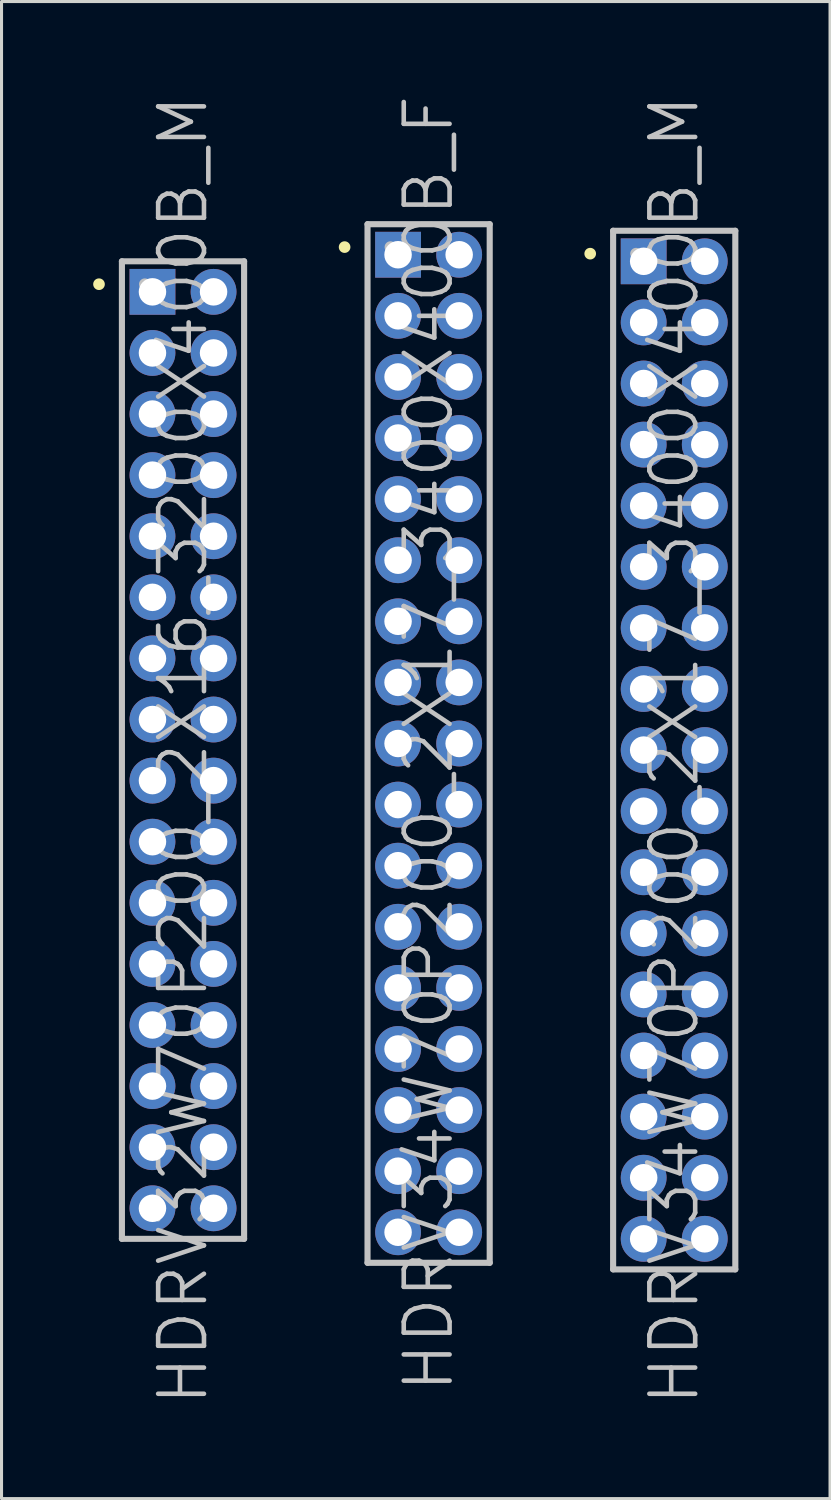
<source format=kicad_pcb>
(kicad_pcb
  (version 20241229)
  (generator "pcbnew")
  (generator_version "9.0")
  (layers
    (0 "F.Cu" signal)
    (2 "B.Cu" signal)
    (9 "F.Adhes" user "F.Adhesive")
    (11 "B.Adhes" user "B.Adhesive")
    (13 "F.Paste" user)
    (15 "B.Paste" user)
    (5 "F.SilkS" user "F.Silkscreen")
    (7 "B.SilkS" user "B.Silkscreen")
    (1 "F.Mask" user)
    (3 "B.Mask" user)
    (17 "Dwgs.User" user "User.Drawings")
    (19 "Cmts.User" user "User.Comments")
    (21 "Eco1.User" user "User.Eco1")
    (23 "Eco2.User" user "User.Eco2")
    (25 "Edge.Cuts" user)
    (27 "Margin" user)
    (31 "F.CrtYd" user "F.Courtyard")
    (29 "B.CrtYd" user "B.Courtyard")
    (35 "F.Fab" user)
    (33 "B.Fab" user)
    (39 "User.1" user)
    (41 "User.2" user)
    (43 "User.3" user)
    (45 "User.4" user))
  (footprint "HDRV34W70P200_2X17_3400X400B_F"
    (layer "F.Cu")
    (at 10.981 21.289)
    (property "Reference" "HDRV34W70P200_2X17_3400X400B_F" (at 0 0 90) (layer "Dwgs.User") (effects (font (size 1.5 1.5) (thickness 0.15))))
    (attr through_hole)
    (fp_line (start -2.75 -16.25) (end -2.75 -16.25) (stroke (width 0.381) (type solid)) (layer "F.SilkS"))
    (fp_line (start -2 -17) (end -2 17) (stroke (width 0.2) (type solid)) (layer "Dwgs.User"))
    (fp_line (start -2 -17) (end 2 -17) (stroke (width 0.2) (type solid)) (layer "Dwgs.User"))
    (fp_line (start -2 17) (end 2 17) (stroke (width 0.2) (type solid)) (layer "Dwgs.User"))
    (fp_line (start -1.25 -16.25) (end -1.25 -16.25) (stroke (width 0.381) (type solid)) (layer "Dwgs.User"))
    (fp_line (start 2 -17) (end 2 17) (stroke (width 0.2) (type solid)) (layer "Dwgs.User"))
    (pad "1" thru_hole rect (at -1 -16) (size 1.5 1.5) (drill 0.9) (layers "*.Cu" "*.Mask"))
    (pad "2" thru_hole circle (at 1 -16 270) (size 1.5 1.5) (drill 0.9) (layers "*.Cu" "*.Mask"))
    (pad "3" thru_hole circle (at -1 -14 270) (size 1.5 1.5) (drill 0.9) (layers "*.Cu" "*.Mask"))
    (pad "4" thru_hole circle (at 1 -14 270) (size 1.5 1.5) (drill 0.9) (layers "*.Cu" "*.Mask"))
    (pad "5" thru_hole circle (at -1 -12 270) (size 1.5 1.5) (drill 0.9) (layers "*.Cu" "*.Mask"))
    (pad "6" thru_hole circle (at 1 -12 270) (size 1.5 1.5) (drill 0.9) (layers "*.Cu" "*.Mask"))
    (pad "7" thru_hole circle (at -1 -10 270) (size 1.5 1.5) (drill 0.9) (layers "*.Cu" "*.Mask"))
    (pad "8" thru_hole circle (at 1 -10 270) (size 1.5 1.5) (drill 0.9) (layers "*.Cu" "*.Mask"))
    (pad "9" thru_hole circle (at -1 -8 270) (size 1.5 1.5) (drill 0.9) (layers "*.Cu" "*.Mask"))
    (pad "10" thru_hole circle (at 1 -8 270) (size 1.5 1.5) (drill 0.9) (layers "*.Cu" "*.Mask"))
    (pad "11" thru_hole circle (at -1 -6 270) (size 1.5 1.5) (drill 0.9) (layers "*.Cu" "*.Mask"))
    (pad "12" thru_hole circle (at 1 -6 270) (size 1.5 1.5) (drill 0.9) (layers "*.Cu" "*.Mask"))
    (pad "13" thru_hole circle (at -1 -4 270) (size 1.5 1.5) (drill 0.9) (layers "*.Cu" "*.Mask"))
    (pad "14" thru_hole circle (at 1 -4 270) (size 1.5 1.5) (drill 0.9) (layers "*.Cu" "*.Mask"))
    (pad "15" thru_hole circle (at -1 -2 270) (size 1.5 1.5) (drill 0.9) (layers "*.Cu" "*.Mask"))
    (pad "16" thru_hole circle (at 1 -2 270) (size 1.5 1.5) (drill 0.9) (layers "*.Cu" "*.Mask"))
    (pad "17" thru_hole circle (at -1 0 270) (size 1.5 1.5) (drill 0.9) (layers "*.Cu" "*.Mask"))
    (pad "18" thru_hole circle (at 1 0 270) (size 1.5 1.5) (drill 0.9) (layers "*.Cu" "*.Mask"))
    (pad "19" thru_hole circle (at -1 2 270) (size 1.5 1.5) (drill 0.9) (layers "*.Cu" "*.Mask"))
    (pad "20" thru_hole circle (at 1 2 270) (size 1.5 1.5) (drill 0.9) (layers "*.Cu" "*.Mask"))
    (pad "21" thru_hole circle (at -1 4 270) (size 1.5 1.5) (drill 0.9) (layers "*.Cu" "*.Mask"))
    (pad "22" thru_hole circle (at 1 4 270) (size 1.5 1.5) (drill 0.9) (layers "*.Cu" "*.Mask"))
    (pad "23" thru_hole circle (at -1 6 270) (size 1.5 1.5) (drill 0.9) (layers "*.Cu" "*.Mask"))
    (pad "24" thru_hole circle (at 1 6 270) (size 1.5 1.5) (drill 0.9) (layers "*.Cu" "*.Mask"))
    (pad "25" thru_hole circle (at -1 8 270) (size 1.5 1.5) (drill 0.9) (layers "*.Cu" "*.Mask"))
    (pad "26" thru_hole circle (at 1 8 270) (size 1.5 1.5) (drill 0.9) (layers "*.Cu" "*.Mask"))
    (pad "27" thru_hole circle (at -1 10 270) (size 1.5 1.5) (drill 0.9) (layers "*.Cu" "*.Mask"))
    (pad "28" thru_hole circle (at 1 10 270) (size 1.5 1.5) (drill 0.9) (layers "*.Cu" "*.Mask"))
    (pad "29" thru_hole circle (at -1 12 270) (size 1.5 1.5) (drill 0.9) (layers "*.Cu" "*.Mask"))
    (pad "30" thru_hole circle (at 1 12 270) (size 1.5 1.5) (drill 0.9) (layers "*.Cu" "*.Mask"))
    (pad "31" thru_hole circle (at -1 14 270) (size 1.5 1.5) (drill 0.9) (layers "*.Cu" "*.Mask"))
    (pad "32" thru_hole circle (at 1 14 270) (size 1.5 1.5) (drill 0.9) (layers "*.Cu" "*.Mask"))
    (pad "33" thru_hole circle (at -1 16 270) (size 1.5 1.5) (drill 0.9) (layers "*.Cu" "*.Mask"))
    (pad "34" thru_hole circle (at 1 16 270) (size 1.5 1.5) (drill 0.9) (layers "*.Cu" "*.Mask")))
  (footprint "HDRV32W70P200_2X16_3200X400B_M"
    (layer "F.Cu")
    (at 2.941 21.504)
    (property "Reference" "HDRV32W70P200_2X16_3200X400B_M" (at 0 0 90) (layer "Dwgs.User") (effects (font (size 1.5 1.5) (thickness 0.15))))
    (attr through_hole)
    (fp_line (start -2.75 -15.25) (end -2.75 -15.25) (stroke (width 0.381) (type solid)) (layer "F.SilkS"))
    (fp_line (start -2 -16) (end -2 16) (stroke (width 0.2) (type solid)) (layer "Dwgs.User"))
    (fp_line (start -2 -16) (end 2 -16) (stroke (width 0.2) (type solid)) (layer "Dwgs.User"))
    (fp_line (start -2 16) (end 2 16) (stroke (width 0.2) (type solid)) (layer "Dwgs.User"))
    (fp_line (start -1.25 -15.25) (end -1.25 -15.25) (stroke (width 0.381) (type solid)) (layer "Dwgs.User"))
    (fp_line (start 2 -16) (end 2 16) (stroke (width 0.2) (type solid)) (layer "Dwgs.User"))
    (pad "1" thru_hole rect (at -1 -15) (size 1.5 1.5) (drill 0.9) (layers "*.Cu" "*.Mask"))
    (pad "2" thru_hole circle (at 1 -15 270) (size 1.5 1.5) (drill 0.9) (layers "*.Cu" "*.Mask"))
    (pad "3" thru_hole circle (at -1 -13 270) (size 1.5 1.5) (drill 0.9) (layers "*.Cu" "*.Mask"))
    (pad "4" thru_hole circle (at 1 -13 270) (size 1.5 1.5) (drill 0.9) (layers "*.Cu" "*.Mask"))
    (pad "5" thru_hole circle (at -1 -11 270) (size 1.5 1.5) (drill 0.9) (layers "*.Cu" "*.Mask"))
    (pad "6" thru_hole circle (at 1 -11 270) (size 1.5 1.5) (drill 0.9) (layers "*.Cu" "*.Mask"))
    (pad "7" thru_hole circle (at -1 -9 270) (size 1.5 1.5) (drill 0.9) (layers "*.Cu" "*.Mask"))
    (pad "8" thru_hole circle (at 1 -9 270) (size 1.5 1.5) (drill 0.9) (layers "*.Cu" "*.Mask"))
    (pad "9" thru_hole circle (at -1 -7 270) (size 1.5 1.5) (drill 0.9) (layers "*.Cu" "*.Mask"))
    (pad "10" thru_hole circle (at 1 -7 270) (size 1.5 1.5) (drill 0.9) (layers "*.Cu" "*.Mask"))
    (pad "11" thru_hole circle (at -1 -5 270) (size 1.5 1.5) (drill 0.9) (layers "*.Cu" "*.Mask"))
    (pad "12" thru_hole circle (at 1 -5 270) (size 1.5 1.5) (drill 0.9) (layers "*.Cu" "*.Mask"))
    (pad "13" thru_hole circle (at -1 -3 270) (size 1.5 1.5) (drill 0.9) (layers "*.Cu" "*.Mask"))
    (pad "14" thru_hole circle (at 1 -3 270) (size 1.5 1.5) (drill 0.9) (layers "*.Cu" "*.Mask"))
    (pad "15" thru_hole circle (at -1 -1 270) (size 1.5 1.5) (drill 0.9) (layers "*.Cu" "*.Mask"))
    (pad "16" thru_hole circle (at 1 -1 270) (size 1.5 1.5) (drill 0.9) (layers "*.Cu" "*.Mask"))
    (pad "17" thru_hole circle (at -1 1 270) (size 1.5 1.5) (drill 0.9) (layers "*.Cu" "*.Mask"))
    (pad "18" thru_hole circle (at 1 1 270) (size 1.5 1.5) (drill 0.9) (layers "*.Cu" "*.Mask"))
    (pad "19" thru_hole circle (at -1 3 270) (size 1.5 1.5) (drill 0.9) (layers "*.Cu" "*.Mask"))
    (pad "20" thru_hole circle (at 1 3 270) (size 1.5 1.5) (drill 0.9) (layers "*.Cu" "*.Mask"))
    (pad "21" thru_hole circle (at -1 5 270) (size 1.5 1.5) (drill 0.9) (layers "*.Cu" "*.Mask"))
    (pad "22" thru_hole circle (at 1 5 270) (size 1.5 1.5) (drill 0.9) (layers "*.Cu" "*.Mask"))
    (pad "23" thru_hole circle (at -1 7 270) (size 1.5 1.5) (drill 0.9) (layers "*.Cu" "*.Mask"))
    (pad "24" thru_hole circle (at 1 7 270) (size 1.5 1.5) (drill 0.9) (layers "*.Cu" "*.Mask"))
    (pad "25" thru_hole circle (at -1 9 270) (size 1.5 1.5) (drill 0.9) (layers "*.Cu" "*.Mask"))
    (pad "26" thru_hole circle (at 1 9 270) (size 1.5 1.5) (drill 0.9) (layers "*.Cu" "*.Mask"))
    (pad "27" thru_hole circle (at -1 11 270) (size 1.5 1.5) (drill 0.9) (layers "*.Cu" "*.Mask"))
    (pad "28" thru_hole circle (at 1 11 270) (size 1.5 1.5) (drill 0.9) (layers "*.Cu" "*.Mask"))
    (pad "29" thru_hole circle (at -1 13 270) (size 1.5 1.5) (drill 0.9) (layers "*.Cu" "*.Mask"))
    (pad "30" thru_hole circle (at 1 13 270) (size 1.5 1.5) (drill 0.9) (layers "*.Cu" "*.Mask"))
    (pad "31" thru_hole circle (at -1 15 270) (size 1.5 1.5) (drill 0.9) (layers "*.Cu" "*.Mask"))
    (pad "32" thru_hole circle (at 1 15 270) (size 1.5 1.5) (drill 0.9) (layers "*.Cu" "*.Mask")))
  (footprint "HDRV34W70P200_2X17_3400X400B_M"
    (layer "F.Cu")
    (at 19.021 21.504)
    (property "Reference" "HDRV34W70P200_2X17_3400X400B_M" (at 0 0 90) (layer "Dwgs.User") (effects (font (size 1.5 1.5) (thickness 0.15))))
    (attr through_hole)
    (fp_line (start -2.75 -16.25) (end -2.75 -16.25) (stroke (width 0.381) (type solid)) (layer "F.SilkS"))
    (fp_line (start -2 -17) (end -2 17) (stroke (width 0.2) (type solid)) (layer "Dwgs.User"))
    (fp_line (start -2 -17) (end 2 -17) (stroke (width 0.2) (type solid)) (layer "Dwgs.User"))
    (fp_line (start -2 17) (end 2 17) (stroke (width 0.2) (type solid)) (layer "Dwgs.User"))
    (fp_line (start -1.25 -16.25) (end -1.25 -16.25) (stroke (width 0.381) (type solid)) (layer "Dwgs.User"))
    (fp_line (start 2 -17) (end 2 17) (stroke (width 0.2) (type solid)) (layer "Dwgs.User"))
    (pad "1" thru_hole rect (at -1 -16) (size 1.5 1.5) (drill 0.9) (layers "*.Cu" "*.Mask"))
    (pad "2" thru_hole circle (at 1 -16 270) (size 1.5 1.5) (drill 0.9) (layers "*.Cu" "*.Mask"))
    (pad "3" thru_hole circle (at -1 -14 270) (size 1.5 1.5) (drill 0.9) (layers "*.Cu" "*.Mask"))
    (pad "4" thru_hole circle (at 1 -14 270) (size 1.5 1.5) (drill 0.9) (layers "*.Cu" "*.Mask"))
    (pad "5" thru_hole circle (at -1 -12 270) (size 1.5 1.5) (drill 0.9) (layers "*.Cu" "*.Mask"))
    (pad "6" thru_hole circle (at 1 -12 270) (size 1.5 1.5) (drill 0.9) (layers "*.Cu" "*.Mask"))
    (pad "7" thru_hole circle (at -1 -10 270) (size 1.5 1.5) (drill 0.9) (layers "*.Cu" "*.Mask"))
    (pad "8" thru_hole circle (at 1 -10 270) (size 1.5 1.5) (drill 0.9) (layers "*.Cu" "*.Mask"))
    (pad "9" thru_hole circle (at -1 -8 270) (size 1.5 1.5) (drill 0.9) (layers "*.Cu" "*.Mask"))
    (pad "10" thru_hole circle (at 1 -8 270) (size 1.5 1.5) (drill 0.9) (layers "*.Cu" "*.Mask"))
    (pad "11" thru_hole circle (at -1 -6 270) (size 1.5 1.5) (drill 0.9) (layers "*.Cu" "*.Mask"))
    (pad "12" thru_hole circle (at 1 -6 270) (size 1.5 1.5) (drill 0.9) (layers "*.Cu" "*.Mask"))
    (pad "13" thru_hole circle (at -1 -4 270) (size 1.5 1.5) (drill 0.9) (layers "*.Cu" "*.Mask"))
    (pad "14" thru_hole circle (at 1 -4 270) (size 1.5 1.5) (drill 0.9) (layers "*.Cu" "*.Mask"))
    (pad "15" thru_hole circle (at -1 -2 270) (size 1.5 1.5) (drill 0.9) (layers "*.Cu" "*.Mask"))
    (pad "16" thru_hole circle (at 1 -2 270) (size 1.5 1.5) (drill 0.9) (layers "*.Cu" "*.Mask"))
    (pad "17" thru_hole circle (at -1 0 270) (size 1.5 1.5) (drill 0.9) (layers "*.Cu" "*.Mask"))
    (pad "18" thru_hole circle (at 1 0 270) (size 1.5 1.5) (drill 0.9) (layers "*.Cu" "*.Mask"))
    (pad "19" thru_hole circle (at -1 2 270) (size 1.5 1.5) (drill 0.9) (layers "*.Cu" "*.Mask"))
    (pad "20" thru_hole circle (at 1 2 270) (size 1.5 1.5) (drill 0.9) (layers "*.Cu" "*.Mask"))
    (pad "21" thru_hole circle (at -1 4 270) (size 1.5 1.5) (drill 0.9) (layers "*.Cu" "*.Mask"))
    (pad "22" thru_hole circle (at 1 4 270) (size 1.5 1.5) (drill 0.9) (layers "*.Cu" "*.Mask"))
    (pad "23" thru_hole circle (at -1 6 270) (size 1.5 1.5) (drill 0.9) (layers "*.Cu" "*.Mask"))
    (pad "24" thru_hole circle (at 1 6 270) (size 1.5 1.5) (drill 0.9) (layers "*.Cu" "*.Mask"))
    (pad "25" thru_hole circle (at -1 8 270) (size 1.5 1.5) (drill 0.9) (layers "*.Cu" "*.Mask"))
    (pad "26" thru_hole circle (at 1 8 270) (size 1.5 1.5) (drill 0.9) (layers "*.Cu" "*.Mask"))
    (pad "27" thru_hole circle (at -1 10 270) (size 1.5 1.5) (drill 0.9) (layers "*.Cu" "*.Mask"))
    (pad "28" thru_hole circle (at 1 10 270) (size 1.5 1.5) (drill 0.9) (layers "*.Cu" "*.Mask"))
    (pad "29" thru_hole circle (at -1 12 270) (size 1.5 1.5) (drill 0.9) (layers "*.Cu" "*.Mask"))
    (pad "30" thru_hole circle (at 1 12 270) (size 1.5 1.5) (drill 0.9) (layers "*.Cu" "*.Mask"))
    (pad "31" thru_hole circle (at -1 14 270) (size 1.5 1.5) (drill 0.9) (layers "*.Cu" "*.Mask"))
    (pad "32" thru_hole circle (at 1 14 270) (size 1.5 1.5) (drill 0.9) (layers "*.Cu" "*.Mask"))
    (pad "33" thru_hole circle (at -1 16 270) (size 1.5 1.5) (drill 0.9) (layers "*.Cu" "*.Mask"))
    (pad "34" thru_hole circle (at 1 16 270) (size 1.5 1.5) (drill 0.9) (layers "*.Cu" "*.Mask")))
  (gr_rect
    (start -3 -3)
    (end 24.122 46.007)
    (stroke (width 0.1) (type default))
    (fill no)
    (layer "Edge.Cuts")))
</source>
